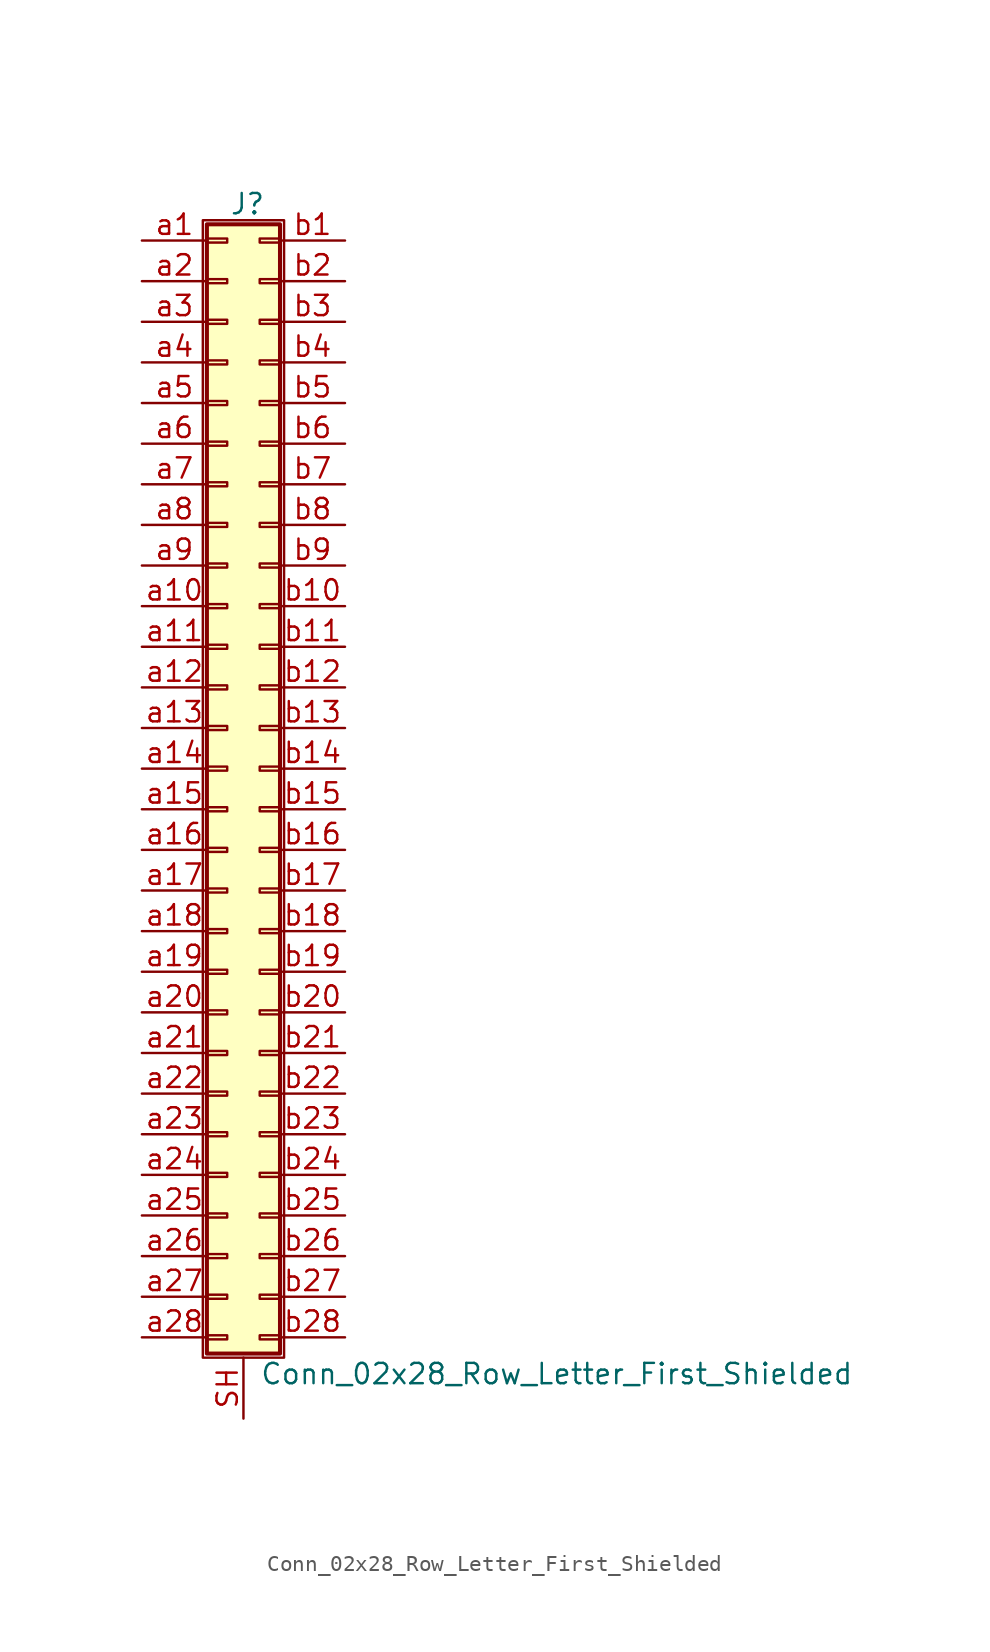
<source format=kicad_sym>
(kicad_symbol_lib
  (version 20201005)
  (generator kicad_symbol_editor)
  (symbol "Conn_02x28_Row_Letter_First_Shielded"
    (pin_names
      (offset 1.016) hide)
    (property "Reference" "J"
      (at 1.524 35.306 0)
      (effects (font (size 1.27 1.27))))
    (property "Value" "Conn_02x28_Row_Letter_First_Shielded"
      (at 2.286 -37.846 0)
      (effects (font (size 1.27 1.27)) (justify left)))
    (symbol "Conn_02x28_Row_Letter_First_Shielded_1_1"
      (rectangle (start -1.27 34.29) (end 3.81 -36.83) (stroke (width 0.152)) (fill (type none)))
      (rectangle (start -1.016 -35.433) (end 0.254 -35.687) (stroke (width 0.152)) (fill (type none)))
      (rectangle (start -1.016 -32.893) (end 0.254 -33.147) (stroke (width 0.152)) (fill (type none)))
      (rectangle (start -1.016 -30.353) (end 0.254 -30.607) (stroke (width 0.152)) (fill (type none)))
      (rectangle (start -1.016 -27.813) (end 0.254 -28.067) (stroke (width 0.152)) (fill (type none)))
      (rectangle (start -1.016 -25.273) (end 0.254 -25.527) (stroke (width 0.152)) (fill (type none)))
      (rectangle (start -1.016 -22.733) (end 0.254 -22.987) (stroke (width 0.152)) (fill (type none)))
      (rectangle (start -1.016 -20.193) (end 0.254 -20.447) (stroke (width 0.152)) (fill (type none)))
      (rectangle (start -1.016 -17.653) (end 0.254 -17.907) (stroke (width 0.152)) (fill (type none)))
      (rectangle (start -1.016 -15.113) (end 0.254 -15.367) (stroke (width 0.152)) (fill (type none)))
      (rectangle (start -1.016 -12.573) (end 0.254 -12.827) (stroke (width 0.152)) (fill (type none)))
      (rectangle (start -1.016 -10.033) (end 0.254 -10.287) (stroke (width 0.152)) (fill (type none)))
      (rectangle (start -1.016 -7.493) (end 0.254 -7.747) (stroke (width 0.152)) (fill (type none)))
      (rectangle (start -1.016 -4.953) (end 0.254 -5.207) (stroke (width 0.152)) (fill (type none)))
      (rectangle (start -1.016 -2.413) (end 0.254 -2.667) (stroke (width 0.152)) (fill (type none)))
      (rectangle (start -1.016 0.127) (end 0.254 -0.127) (stroke (width 0.152)) (fill (type none)))
      (rectangle (start -1.016 2.667) (end 0.254 2.413) (stroke (width 0.152)) (fill (type none)))
      (rectangle (start -1.016 5.207) (end 0.254 4.953) (stroke (width 0.152)) (fill (type none)))
      (rectangle (start -1.016 7.747) (end 0.254 7.493) (stroke (width 0.152)) (fill (type none)))
      (rectangle (start -1.016 10.287) (end 0.254 10.033) (stroke (width 0.152)) (fill (type none)))
      (rectangle (start -1.016 12.827) (end 0.254 12.573) (stroke (width 0.152)) (fill (type none)))
      (rectangle (start -1.016 15.367) (end 0.254 15.113) (stroke (width 0.152)) (fill (type none)))
      (rectangle (start -1.016 17.907) (end 0.254 17.653) (stroke (width 0.152)) (fill (type none)))
      (rectangle (start -1.016 20.447) (end 0.254 20.193) (stroke (width 0.152)) (fill (type none)))
      (rectangle (start -1.016 22.987) (end 0.254 22.733) (stroke (width 0.152)) (fill (type none)))
      (rectangle (start -1.016 25.527) (end 0.254 25.273) (stroke (width 0.152)) (fill (type none)))
      (rectangle (start -1.016 28.067) (end 0.254 27.813) (stroke (width 0.152)) (fill (type none)))
      (rectangle (start -1.016 30.607) (end 0.254 30.353) (stroke (width 0.152)) (fill (type none)))
      (rectangle (start -1.016 33.147) (end 0.254 32.893) (stroke (width 0.152)) (fill (type none)))
      (rectangle (start -1.016 34.036) (end 3.556 -36.576) (stroke (width 0.254)) (fill (type background)))
      (rectangle (start 3.556 -35.433) (end 2.286 -35.687) (stroke (width 0.152)) (fill (type none)))
      (rectangle (start 3.556 -32.893) (end 2.286 -33.147) (stroke (width 0.152)) (fill (type none)))
      (rectangle (start 3.556 -30.353) (end 2.286 -30.607) (stroke (width 0.152)) (fill (type none)))
      (rectangle (start 3.556 -27.813) (end 2.286 -28.067) (stroke (width 0.152)) (fill (type none)))
      (rectangle (start 3.556 -25.273) (end 2.286 -25.527) (stroke (width 0.152)) (fill (type none)))
      (rectangle (start 3.556 -22.733) (end 2.286 -22.987) (stroke (width 0.152)) (fill (type none)))
      (rectangle (start 3.556 -20.193) (end 2.286 -20.447) (stroke (width 0.152)) (fill (type none)))
      (rectangle (start 3.556 -17.653) (end 2.286 -17.907) (stroke (width 0.152)) (fill (type none)))
      (rectangle (start 3.556 -15.113) (end 2.286 -15.367) (stroke (width 0.152)) (fill (type none)))
      (rectangle (start 3.556 -12.573) (end 2.286 -12.827) (stroke (width 0.152)) (fill (type none)))
      (rectangle (start 3.556 -10.033) (end 2.286 -10.287) (stroke (width 0.152)) (fill (type none)))
      (rectangle (start 3.556 -7.493) (end 2.286 -7.747) (stroke (width 0.152)) (fill (type none)))
      (rectangle (start 3.556 -4.953) (end 2.286 -5.207) (stroke (width 0.152)) (fill (type none)))
      (rectangle (start 3.556 -2.413) (end 2.286 -2.667) (stroke (width 0.152)) (fill (type none)))
      (rectangle (start 3.556 0.127) (end 2.286 -0.127) (stroke (width 0.152)) (fill (type none)))
      (rectangle (start 3.556 2.667) (end 2.286 2.413) (stroke (width 0.152)) (fill (type none)))
      (rectangle (start 3.556 5.207) (end 2.286 4.953) (stroke (width 0.152)) (fill (type none)))
      (rectangle (start 3.556 7.747) (end 2.286 7.493) (stroke (width 0.152)) (fill (type none)))
      (rectangle (start 3.556 10.287) (end 2.286 10.033) (stroke (width 0.152)) (fill (type none)))
      (rectangle (start 3.556 12.827) (end 2.286 12.573) (stroke (width 0.152)) (fill (type none)))
      (rectangle (start 3.556 15.367) (end 2.286 15.113) (stroke (width 0.152)) (fill (type none)))
      (rectangle (start 3.556 17.907) (end 2.286 17.653) (stroke (width 0.152)) (fill (type none)))
      (rectangle (start 3.556 20.447) (end 2.286 20.193) (stroke (width 0.152)) (fill (type none)))
      (rectangle (start 3.556 22.987) (end 2.286 22.733) (stroke (width 0.152)) (fill (type none)))
      (rectangle (start 3.556 25.527) (end 2.286 25.273) (stroke (width 0.152)) (fill (type none)))
      (rectangle (start 3.556 28.067) (end 2.286 27.813) (stroke (width 0.152)) (fill (type none)))
      (rectangle (start 3.556 30.607) (end 2.286 30.353) (stroke (width 0.152)) (fill (type none)))
      (rectangle (start 3.556 33.147) (end 2.286 32.893) (stroke (width 0.152)) (fill (type none)))
      (pin passive line (at 1.27 -40.64 90) (length 3.81) (name "Shield" (effects (font (size 1.27 1.27)))) (number "SH" (effects (font (size 1.27 1.27)))))
      (pin passive line (at -5.08 33.02 0) (length 4.064) (name "Pin_a1" (effects (font (size 1.27 1.27)))) (number "a1" (effects (font (size 1.27 1.27)))))
      (pin passive line (at -5.08 10.16 0) (length 4.064) (name "Pin_a10" (effects (font (size 1.27 1.27)))) (number "a10" (effects (font (size 1.27 1.27)))))
      (pin passive line (at -5.08 7.62 0) (length 4.064) (name "Pin_a11" (effects (font (size 1.27 1.27)))) (number "a11" (effects (font (size 1.27 1.27)))))
      (pin passive line (at -5.08 5.08 0) (length 4.064) (name "Pin_a12" (effects (font (size 1.27 1.27)))) (number "a12" (effects (font (size 1.27 1.27)))))
      (pin passive line (at -5.08 2.54 0) (length 4.064) (name "Pin_a13" (effects (font (size 1.27 1.27)))) (number "a13" (effects (font (size 1.27 1.27)))))
      (pin passive line (at -5.08 0 0) (length 4.064) (name "Pin_a14" (effects (font (size 1.27 1.27)))) (number "a14" (effects (font (size 1.27 1.27)))))
      (pin passive line (at -5.08 -2.54 0) (length 4.064) (name "Pin_a15" (effects (font (size 1.27 1.27)))) (number "a15" (effects (font (size 1.27 1.27)))))
      (pin passive line (at -5.08 -5.08 0) (length 4.064) (name "Pin_a16" (effects (font (size 1.27 1.27)))) (number "a16" (effects (font (size 1.27 1.27)))))
      (pin passive line (at -5.08 -7.62 0) (length 4.064) (name "Pin_a17" (effects (font (size 1.27 1.27)))) (number "a17" (effects (font (size 1.27 1.27)))))
      (pin passive line (at -5.08 -10.16 0) (length 4.064) (name "Pin_a18" (effects (font (size 1.27 1.27)))) (number "a18" (effects (font (size 1.27 1.27)))))
      (pin passive line (at -5.08 -12.7 0) (length 4.064) (name "Pin_a19" (effects (font (size 1.27 1.27)))) (number "a19" (effects (font (size 1.27 1.27)))))
      (pin passive line (at -5.08 30.48 0) (length 4.064) (name "Pin_a2" (effects (font (size 1.27 1.27)))) (number "a2" (effects (font (size 1.27 1.27)))))
      (pin passive line (at -5.08 -15.24 0) (length 4.064) (name "Pin_a20" (effects (font (size 1.27 1.27)))) (number "a20" (effects (font (size 1.27 1.27)))))
      (pin passive line (at -5.08 -17.78 0) (length 4.064) (name "Pin_a21" (effects (font (size 1.27 1.27)))) (number "a21" (effects (font (size 1.27 1.27)))))
      (pin passive line (at -5.08 -20.32 0) (length 4.064) (name "Pin_a22" (effects (font (size 1.27 1.27)))) (number "a22" (effects (font (size 1.27 1.27)))))
      (pin passive line (at -5.08 -22.86 0) (length 4.064) (name "Pin_a23" (effects (font (size 1.27 1.27)))) (number "a23" (effects (font (size 1.27 1.27)))))
      (pin passive line (at -5.08 -25.4 0) (length 4.064) (name "Pin_a24" (effects (font (size 1.27 1.27)))) (number "a24" (effects (font (size 1.27 1.27)))))
      (pin passive line (at -5.08 -27.94 0) (length 4.064) (name "Pin_a25" (effects (font (size 1.27 1.27)))) (number "a25" (effects (font (size 1.27 1.27)))))
      (pin passive line (at -5.08 -30.48 0) (length 4.064) (name "Pin_a26" (effects (font (size 1.27 1.27)))) (number "a26" (effects (font (size 1.27 1.27)))))
      (pin passive line (at -5.08 -33.02 0) (length 4.064) (name "Pin_a27" (effects (font (size 1.27 1.27)))) (number "a27" (effects (font (size 1.27 1.27)))))
      (pin passive line (at -5.08 -35.56 0) (length 4.064) (name "Pin_a28" (effects (font (size 1.27 1.27)))) (number "a28" (effects (font (size 1.27 1.27)))))
      (pin passive line (at -5.08 27.94 0) (length 4.064) (name "Pin_a3" (effects (font (size 1.27 1.27)))) (number "a3" (effects (font (size 1.27 1.27)))))
      (pin passive line (at -5.08 25.4 0) (length 4.064) (name "Pin_a4" (effects (font (size 1.27 1.27)))) (number "a4" (effects (font (size 1.27 1.27)))))
      (pin passive line (at -5.08 22.86 0) (length 4.064) (name "Pin_a5" (effects (font (size 1.27 1.27)))) (number "a5" (effects (font (size 1.27 1.27)))))
      (pin passive line (at -5.08 20.32 0) (length 4.064) (name "Pin_a6" (effects (font (size 1.27 1.27)))) (number "a6" (effects (font (size 1.27 1.27)))))
      (pin passive line (at -5.08 17.78 0) (length 4.064) (name "Pin_a7" (effects (font (size 1.27 1.27)))) (number "a7" (effects (font (size 1.27 1.27)))))
      (pin passive line (at -5.08 15.24 0) (length 4.064) (name "Pin_a8" (effects (font (size 1.27 1.27)))) (number "a8" (effects (font (size 1.27 1.27)))))
      (pin passive line (at -5.08 12.7 0) (length 4.064) (name "Pin_a9" (effects (font (size 1.27 1.27)))) (number "a9" (effects (font (size 1.27 1.27)))))
      (pin passive line (at 7.62 33.02 180) (length 4.064) (name "Pin_b1" (effects (font (size 1.27 1.27)))) (number "b1" (effects (font (size 1.27 1.27)))))
      (pin passive line (at 7.62 10.16 180) (length 4.064) (name "Pin_b10" (effects (font (size 1.27 1.27)))) (number "b10" (effects (font (size 1.27 1.27)))))
      (pin passive line (at 7.62 7.62 180) (length 4.064) (name "Pin_b11" (effects (font (size 1.27 1.27)))) (number "b11" (effects (font (size 1.27 1.27)))))
      (pin passive line (at 7.62 5.08 180) (length 4.064) (name "Pin_b12" (effects (font (size 1.27 1.27)))) (number "b12" (effects (font (size 1.27 1.27)))))
      (pin passive line (at 7.62 2.54 180) (length 4.064) (name "Pin_b13" (effects (font (size 1.27 1.27)))) (number "b13" (effects (font (size 1.27 1.27)))))
      (pin passive line (at 7.62 0 180) (length 4.064) (name "Pin_b14" (effects (font (size 1.27 1.27)))) (number "b14" (effects (font (size 1.27 1.27)))))
      (pin passive line (at 7.62 -2.54 180) (length 4.064) (name "Pin_b15" (effects (font (size 1.27 1.27)))) (number "b15" (effects (font (size 1.27 1.27)))))
      (pin passive line (at 7.62 -5.08 180) (length 4.064) (name "Pin_b16" (effects (font (size 1.27 1.27)))) (number "b16" (effects (font (size 1.27 1.27)))))
      (pin passive line (at 7.62 -7.62 180) (length 4.064) (name "Pin_b17" (effects (font (size 1.27 1.27)))) (number "b17" (effects (font (size 1.27 1.27)))))
      (pin passive line (at 7.62 -10.16 180) (length 4.064) (name "Pin_b18" (effects (font (size 1.27 1.27)))) (number "b18" (effects (font (size 1.27 1.27)))))
      (pin passive line (at 7.62 -12.7 180) (length 4.064) (name "Pin_b19" (effects (font (size 1.27 1.27)))) (number "b19" (effects (font (size 1.27 1.27)))))
      (pin passive line (at 7.62 30.48 180) (length 4.064) (name "Pin_b2" (effects (font (size 1.27 1.27)))) (number "b2" (effects (font (size 1.27 1.27)))))
      (pin passive line (at 7.62 -15.24 180) (length 4.064) (name "Pin_b20" (effects (font (size 1.27 1.27)))) (number "b20" (effects (font (size 1.27 1.27)))))
      (pin passive line (at 7.62 -17.78 180) (length 4.064) (name "Pin_b21" (effects (font (size 1.27 1.27)))) (number "b21" (effects (font (size 1.27 1.27)))))
      (pin passive line (at 7.62 -20.32 180) (length 4.064) (name "Pin_b22" (effects (font (size 1.27 1.27)))) (number "b22" (effects (font (size 1.27 1.27)))))
      (pin passive line (at 7.62 -22.86 180) (length 4.064) (name "Pin_b23" (effects (font (size 1.27 1.27)))) (number "b23" (effects (font (size 1.27 1.27)))))
      (pin passive line (at 7.62 -25.4 180) (length 4.064) (name "Pin_b24" (effects (font (size 1.27 1.27)))) (number "b24" (effects (font (size 1.27 1.27)))))
      (pin passive line (at 7.62 -27.94 180) (length 4.064) (name "Pin_b25" (effects (font (size 1.27 1.27)))) (number "b25" (effects (font (size 1.27 1.27)))))
      (pin passive line (at 7.62 -30.48 180) (length 4.064) (name "Pin_b26" (effects (font (size 1.27 1.27)))) (number "b26" (effects (font (size 1.27 1.27)))))
      (pin passive line (at 7.62 -33.02 180) (length 4.064) (name "Pin_b27" (effects (font (size 1.27 1.27)))) (number "b27" (effects (font (size 1.27 1.27)))))
      (pin passive line (at 7.62 -35.56 180) (length 4.064) (name "Pin_b28" (effects (font (size 1.27 1.27)))) (number "b28" (effects (font (size 1.27 1.27)))))
      (pin passive line (at 7.62 27.94 180) (length 4.064) (name "Pin_b3" (effects (font (size 1.27 1.27)))) (number "b3" (effects (font (size 1.27 1.27)))))
      (pin passive line (at 7.62 25.4 180) (length 4.064) (name "Pin_b4" (effects (font (size 1.27 1.27)))) (number "b4" (effects (font (size 1.27 1.27)))))
      (pin passive line (at 7.62 22.86 180) (length 4.064) (name "Pin_b5" (effects (font (size 1.27 1.27)))) (number "b5" (effects (font (size 1.27 1.27)))))
      (pin passive line (at 7.62 20.32 180) (length 4.064) (name "Pin_b6" (effects (font (size 1.27 1.27)))) (number "b6" (effects (font (size 1.27 1.27)))))
      (pin passive line (at 7.62 17.78 180) (length 4.064) (name "Pin_b7" (effects (font (size 1.27 1.27)))) (number "b7" (effects (font (size 1.27 1.27)))))
      (pin passive line (at 7.62 15.24 180) (length 4.064) (name "Pin_b8" (effects (font (size 1.27 1.27)))) (number "b8" (effects (font (size 1.27 1.27)))))
      (pin passive line (at 7.62 12.7 180) (length 4.064) (name "Pin_b9" (effects (font (size 1.27 1.27)))) (number "b9" (effects (font (size 1.27 1.27))))))))
</source>
